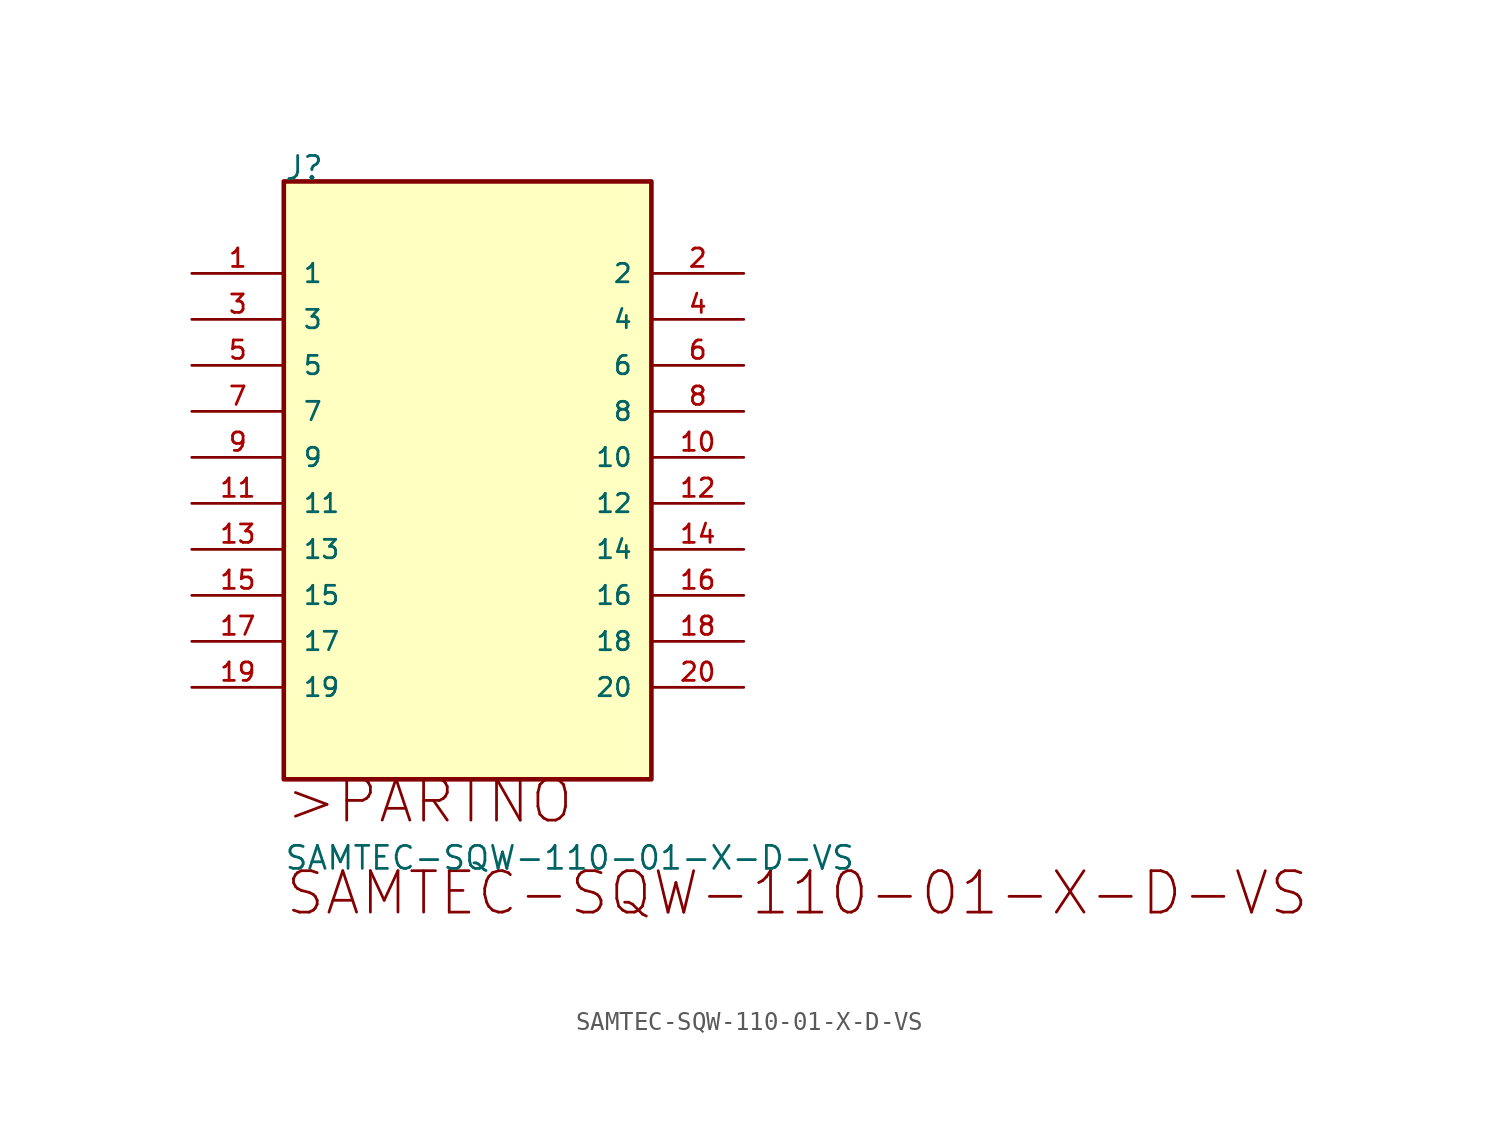
<source format=kicad_sym>
(kicad_symbol_lib
  (version 20211014)
  (generator kicad_symbol_editor)
  (symbol "SAMTEC-SQW-110-01-X-D-VS"
    (pin_names
      (offset 1.016))
    (property "Reference" "J"
      (at 0.0 5.08 0)
      (effects (font (size 1.27 1.27)) (justify bottom left)))
    (property "Value" "SAMTEC-SQW-110-01-X-D-VS"
      (at 0.0 -33.02 0)
      (effects (font (size 1.27 1.27)) (justify bottom left)))
    (symbol "SAMTEC-SQW-110-01-X-D-VS_0_0"
      (text ">PARTNO" (at 0.0 -30.48 0) (effects (font (size 2.286 2.286)) (justify bottom left)))
      (text "SAMTEC-SQW-110-01-X-D-VS" (at 0.0 -35.56 0) (effects (font (size 2.286 2.286)) (justify bottom left)))
      (rectangle (start 0.0 -27.94) (end 20.3 5.08) (stroke (width 0.254)) (fill (type background)))
      (pin passive line (at -5.08 -0.0 0) (length 5.08) (name "1" (effects (font (size 1.016 1.016)))) (number "1" (effects (font (size 1.016 1.016)))))
      (pin passive line (at 25.4 -0.0 180.0) (length 5.08) (name "2" (effects (font (size 1.016 1.016)))) (number "2" (effects (font (size 1.016 1.016)))))
      (pin passive line (at -5.08 -2.54 0) (length 5.08) (name "3" (effects (font (size 1.016 1.016)))) (number "3" (effects (font (size 1.016 1.016)))))
      (pin passive line (at 25.4 -2.54 180.0) (length 5.08) (name "4" (effects (font (size 1.016 1.016)))) (number "4" (effects (font (size 1.016 1.016)))))
      (pin passive line (at -5.08 -5.08 0) (length 5.08) (name "5" (effects (font (size 1.016 1.016)))) (number "5" (effects (font (size 1.016 1.016)))))
      (pin passive line (at 25.4 -5.08 180.0) (length 5.08) (name "6" (effects (font (size 1.016 1.016)))) (number "6" (effects (font (size 1.016 1.016)))))
      (pin passive line (at -5.08 -7.62 0) (length 5.08) (name "7" (effects (font (size 1.016 1.016)))) (number "7" (effects (font (size 1.016 1.016)))))
      (pin passive line (at 25.4 -7.62 180.0) (length 5.08) (name "8" (effects (font (size 1.016 1.016)))) (number "8" (effects (font (size 1.016 1.016)))))
      (pin passive line (at -5.08 -10.16 0) (length 5.08) (name "9" (effects (font (size 1.016 1.016)))) (number "9" (effects (font (size 1.016 1.016)))))
      (pin passive line (at 25.4 -10.16 180.0) (length 5.08) (name "10" (effects (font (size 1.016 1.016)))) (number "10" (effects (font (size 1.016 1.016)))))
      (pin passive line (at -5.08 -12.7 0) (length 5.08) (name "11" (effects (font (size 1.016 1.016)))) (number "11" (effects (font (size 1.016 1.016)))))
      (pin passive line (at 25.4 -12.7 180.0) (length 5.08) (name "12" (effects (font (size 1.016 1.016)))) (number "12" (effects (font (size 1.016 1.016)))))
      (pin passive line (at -5.08 -15.24 0) (length 5.08) (name "13" (effects (font (size 1.016 1.016)))) (number "13" (effects (font (size 1.016 1.016)))))
      (pin passive line (at 25.4 -15.24 180.0) (length 5.08) (name "14" (effects (font (size 1.016 1.016)))) (number "14" (effects (font (size 1.016 1.016)))))
      (pin passive line (at -5.08 -17.78 0) (length 5.08) (name "15" (effects (font (size 1.016 1.016)))) (number "15" (effects (font (size 1.016 1.016)))))
      (pin passive line (at 25.4 -17.78 180.0) (length 5.08) (name "16" (effects (font (size 1.016 1.016)))) (number "16" (effects (font (size 1.016 1.016)))))
      (pin passive line (at -5.08 -20.32 0) (length 5.08) (name "17" (effects (font (size 1.016 1.016)))) (number "17" (effects (font (size 1.016 1.016)))))
      (pin passive line (at 25.4 -20.32 180.0) (length 5.08) (name "18" (effects (font (size 1.016 1.016)))) (number "18" (effects (font (size 1.016 1.016)))))
      (pin passive line (at -5.08 -22.86 0) (length 5.08) (name "19" (effects (font (size 1.016 1.016)))) (number "19" (effects (font (size 1.016 1.016)))))
      (pin passive line (at 25.4 -22.86 180.0) (length 5.08) (name "20" (effects (font (size 1.016 1.016)))) (number "20" (effects (font (size 1.016 1.016))))))))
</source>
